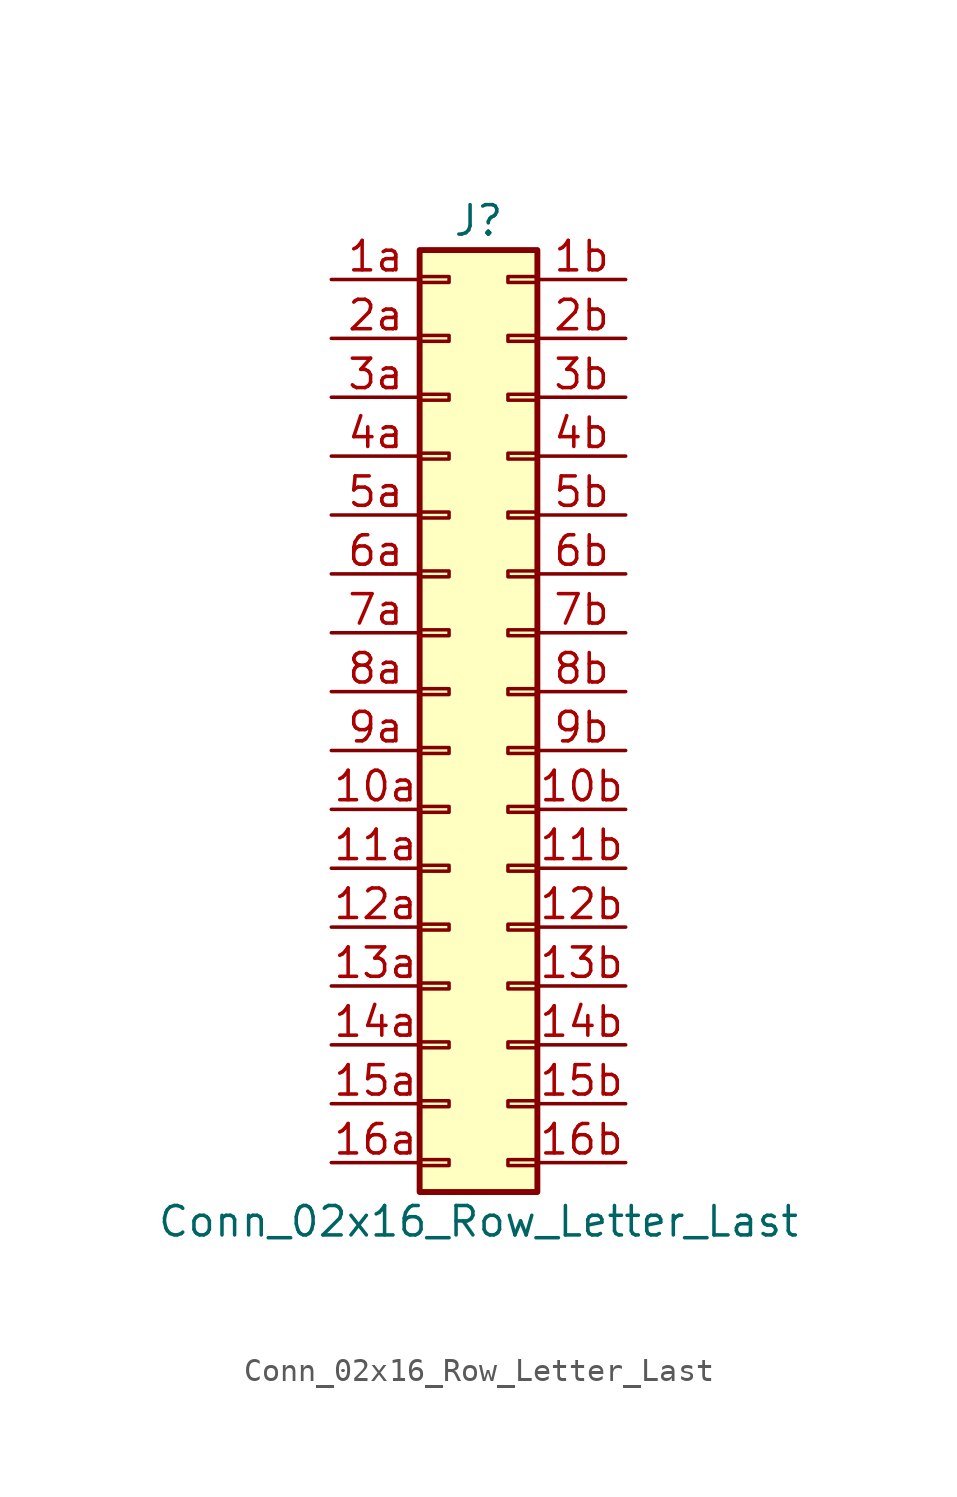
<source format=kicad_sym>
(kicad_symbol_lib
  (version 20201005)
  (generator kicad_symbol_editor)
  (symbol "Conn_02x16_Row_Letter_Last"
    (pin_names
      (offset 1.016) hide)
    (property "Reference" "J"
      (at 1.27 20.32 0)
      (effects (font (size 1.27 1.27))))
    (property "Value" "Conn_02x16_Row_Letter_Last"
      (at 1.27 -22.86 0)
      (effects (font (size 1.27 1.27))))
    (symbol "Conn_02x16_Row_Letter_Last_1_1"
      (rectangle (start -1.27 -20.193) (end 0 -20.447) (stroke (width 0.152)) (fill (type none)))
      (rectangle (start -1.27 -17.653) (end 0 -17.907) (stroke (width 0.152)) (fill (type none)))
      (rectangle (start -1.27 -15.113) (end 0 -15.367) (stroke (width 0.152)) (fill (type none)))
      (rectangle (start -1.27 -12.573) (end 0 -12.827) (stroke (width 0.152)) (fill (type none)))
      (rectangle (start -1.27 -10.033) (end 0 -10.287) (stroke (width 0.152)) (fill (type none)))
      (rectangle (start -1.27 -7.493) (end 0 -7.747) (stroke (width 0.152)) (fill (type none)))
      (rectangle (start -1.27 -4.953) (end 0 -5.207) (stroke (width 0.152)) (fill (type none)))
      (rectangle (start -1.27 -2.413) (end 0 -2.667) (stroke (width 0.152)) (fill (type none)))
      (rectangle (start -1.27 0.127) (end 0 -0.127) (stroke (width 0.152)) (fill (type none)))
      (rectangle (start -1.27 2.667) (end 0 2.413) (stroke (width 0.152)) (fill (type none)))
      (rectangle (start -1.27 5.207) (end 0 4.953) (stroke (width 0.152)) (fill (type none)))
      (rectangle (start -1.27 7.747) (end 0 7.493) (stroke (width 0.152)) (fill (type none)))
      (rectangle (start -1.27 10.287) (end 0 10.033) (stroke (width 0.152)) (fill (type none)))
      (rectangle (start -1.27 12.827) (end 0 12.573) (stroke (width 0.152)) (fill (type none)))
      (rectangle (start -1.27 15.367) (end 0 15.113) (stroke (width 0.152)) (fill (type none)))
      (rectangle (start -1.27 17.907) (end 0 17.653) (stroke (width 0.152)) (fill (type none)))
      (rectangle (start -1.27 19.05) (end 3.81 -21.59) (stroke (width 0.254)) (fill (type background)))
      (rectangle (start 3.81 -20.193) (end 2.54 -20.447) (stroke (width 0.152)) (fill (type none)))
      (rectangle (start 3.81 -17.653) (end 2.54 -17.907) (stroke (width 0.152)) (fill (type none)))
      (rectangle (start 3.81 -15.113) (end 2.54 -15.367) (stroke (width 0.152)) (fill (type none)))
      (rectangle (start 3.81 -12.573) (end 2.54 -12.827) (stroke (width 0.152)) (fill (type none)))
      (rectangle (start 3.81 -10.033) (end 2.54 -10.287) (stroke (width 0.152)) (fill (type none)))
      (rectangle (start 3.81 -7.493) (end 2.54 -7.747) (stroke (width 0.152)) (fill (type none)))
      (rectangle (start 3.81 -4.953) (end 2.54 -5.207) (stroke (width 0.152)) (fill (type none)))
      (rectangle (start 3.81 -2.413) (end 2.54 -2.667) (stroke (width 0.152)) (fill (type none)))
      (rectangle (start 3.81 0.127) (end 2.54 -0.127) (stroke (width 0.152)) (fill (type none)))
      (rectangle (start 3.81 2.667) (end 2.54 2.413) (stroke (width 0.152)) (fill (type none)))
      (rectangle (start 3.81 5.207) (end 2.54 4.953) (stroke (width 0.152)) (fill (type none)))
      (rectangle (start 3.81 7.747) (end 2.54 7.493) (stroke (width 0.152)) (fill (type none)))
      (rectangle (start 3.81 10.287) (end 2.54 10.033) (stroke (width 0.152)) (fill (type none)))
      (rectangle (start 3.81 12.827) (end 2.54 12.573) (stroke (width 0.152)) (fill (type none)))
      (rectangle (start 3.81 15.367) (end 2.54 15.113) (stroke (width 0.152)) (fill (type none)))
      (rectangle (start 3.81 17.907) (end 2.54 17.653) (stroke (width 0.152)) (fill (type none)))
      (pin passive line (at -5.08 -5.08 0) (length 3.81) (name "Pin_10a" (effects (font (size 1.27 1.27)))) (number "10a" (effects (font (size 1.27 1.27)))))
      (pin passive line (at 7.62 -5.08 180) (length 3.81) (name "Pin_10b" (effects (font (size 1.27 1.27)))) (number "10b" (effects (font (size 1.27 1.27)))))
      (pin passive line (at -5.08 -7.62 0) (length 3.81) (name "Pin_11a" (effects (font (size 1.27 1.27)))) (number "11a" (effects (font (size 1.27 1.27)))))
      (pin passive line (at 7.62 -7.62 180) (length 3.81) (name "Pin_11b" (effects (font (size 1.27 1.27)))) (number "11b" (effects (font (size 1.27 1.27)))))
      (pin passive line (at -5.08 -10.16 0) (length 3.81) (name "Pin_12a" (effects (font (size 1.27 1.27)))) (number "12a" (effects (font (size 1.27 1.27)))))
      (pin passive line (at 7.62 -10.16 180) (length 3.81) (name "Pin_12b" (effects (font (size 1.27 1.27)))) (number "12b" (effects (font (size 1.27 1.27)))))
      (pin passive line (at -5.08 -12.7 0) (length 3.81) (name "Pin_13a" (effects (font (size 1.27 1.27)))) (number "13a" (effects (font (size 1.27 1.27)))))
      (pin passive line (at 7.62 -12.7 180) (length 3.81) (name "Pin_13b" (effects (font (size 1.27 1.27)))) (number "13b" (effects (font (size 1.27 1.27)))))
      (pin passive line (at -5.08 -15.24 0) (length 3.81) (name "Pin_14a" (effects (font (size 1.27 1.27)))) (number "14a" (effects (font (size 1.27 1.27)))))
      (pin passive line (at 7.62 -15.24 180) (length 3.81) (name "Pin_14b" (effects (font (size 1.27 1.27)))) (number "14b" (effects (font (size 1.27 1.27)))))
      (pin passive line (at -5.08 -17.78 0) (length 3.81) (name "Pin_15a" (effects (font (size 1.27 1.27)))) (number "15a" (effects (font (size 1.27 1.27)))))
      (pin passive line (at 7.62 -17.78 180) (length 3.81) (name "Pin_15b" (effects (font (size 1.27 1.27)))) (number "15b" (effects (font (size 1.27 1.27)))))
      (pin passive line (at -5.08 -20.32 0) (length 3.81) (name "Pin_16a" (effects (font (size 1.27 1.27)))) (number "16a" (effects (font (size 1.27 1.27)))))
      (pin passive line (at 7.62 -20.32 180) (length 3.81) (name "Pin_16b" (effects (font (size 1.27 1.27)))) (number "16b" (effects (font (size 1.27 1.27)))))
      (pin passive line (at -5.08 17.78 0) (length 3.81) (name "Pin_1a" (effects (font (size 1.27 1.27)))) (number "1a" (effects (font (size 1.27 1.27)))))
      (pin passive line (at 7.62 17.78 180) (length 3.81) (name "Pin_1b" (effects (font (size 1.27 1.27)))) (number "1b" (effects (font (size 1.27 1.27)))))
      (pin passive line (at -5.08 15.24 0) (length 3.81) (name "Pin_2a" (effects (font (size 1.27 1.27)))) (number "2a" (effects (font (size 1.27 1.27)))))
      (pin passive line (at 7.62 15.24 180) (length 3.81) (name "Pin_2b" (effects (font (size 1.27 1.27)))) (number "2b" (effects (font (size 1.27 1.27)))))
      (pin passive line (at -5.08 12.7 0) (length 3.81) (name "Pin_3a" (effects (font (size 1.27 1.27)))) (number "3a" (effects (font (size 1.27 1.27)))))
      (pin passive line (at 7.62 12.7 180) (length 3.81) (name "Pin_3b" (effects (font (size 1.27 1.27)))) (number "3b" (effects (font (size 1.27 1.27)))))
      (pin passive line (at -5.08 10.16 0) (length 3.81) (name "Pin_4a" (effects (font (size 1.27 1.27)))) (number "4a" (effects (font (size 1.27 1.27)))))
      (pin passive line (at 7.62 10.16 180) (length 3.81) (name "Pin_4b" (effects (font (size 1.27 1.27)))) (number "4b" (effects (font (size 1.27 1.27)))))
      (pin passive line (at -5.08 7.62 0) (length 3.81) (name "Pin_5a" (effects (font (size 1.27 1.27)))) (number "5a" (effects (font (size 1.27 1.27)))))
      (pin passive line (at 7.62 7.62 180) (length 3.81) (name "Pin_5b" (effects (font (size 1.27 1.27)))) (number "5b" (effects (font (size 1.27 1.27)))))
      (pin passive line (at -5.08 5.08 0) (length 3.81) (name "Pin_6a" (effects (font (size 1.27 1.27)))) (number "6a" (effects (font (size 1.27 1.27)))))
      (pin passive line (at 7.62 5.08 180) (length 3.81) (name "Pin_6b" (effects (font (size 1.27 1.27)))) (number "6b" (effects (font (size 1.27 1.27)))))
      (pin passive line (at -5.08 2.54 0) (length 3.81) (name "Pin_7a" (effects (font (size 1.27 1.27)))) (number "7a" (effects (font (size 1.27 1.27)))))
      (pin passive line (at 7.62 2.54 180) (length 3.81) (name "Pin_7b" (effects (font (size 1.27 1.27)))) (number "7b" (effects (font (size 1.27 1.27)))))
      (pin passive line (at -5.08 0 0) (length 3.81) (name "Pin_8a" (effects (font (size 1.27 1.27)))) (number "8a" (effects (font (size 1.27 1.27)))))
      (pin passive line (at 7.62 0 180) (length 3.81) (name "Pin_8b" (effects (font (size 1.27 1.27)))) (number "8b" (effects (font (size 1.27 1.27)))))
      (pin passive line (at -5.08 -2.54 0) (length 3.81) (name "Pin_9a" (effects (font (size 1.27 1.27)))) (number "9a" (effects (font (size 1.27 1.27)))))
      (pin passive line (at 7.62 -2.54 180) (length 3.81) (name "Pin_9b" (effects (font (size 1.27 1.27)))) (number "9b" (effects (font (size 1.27 1.27))))))))
</source>
